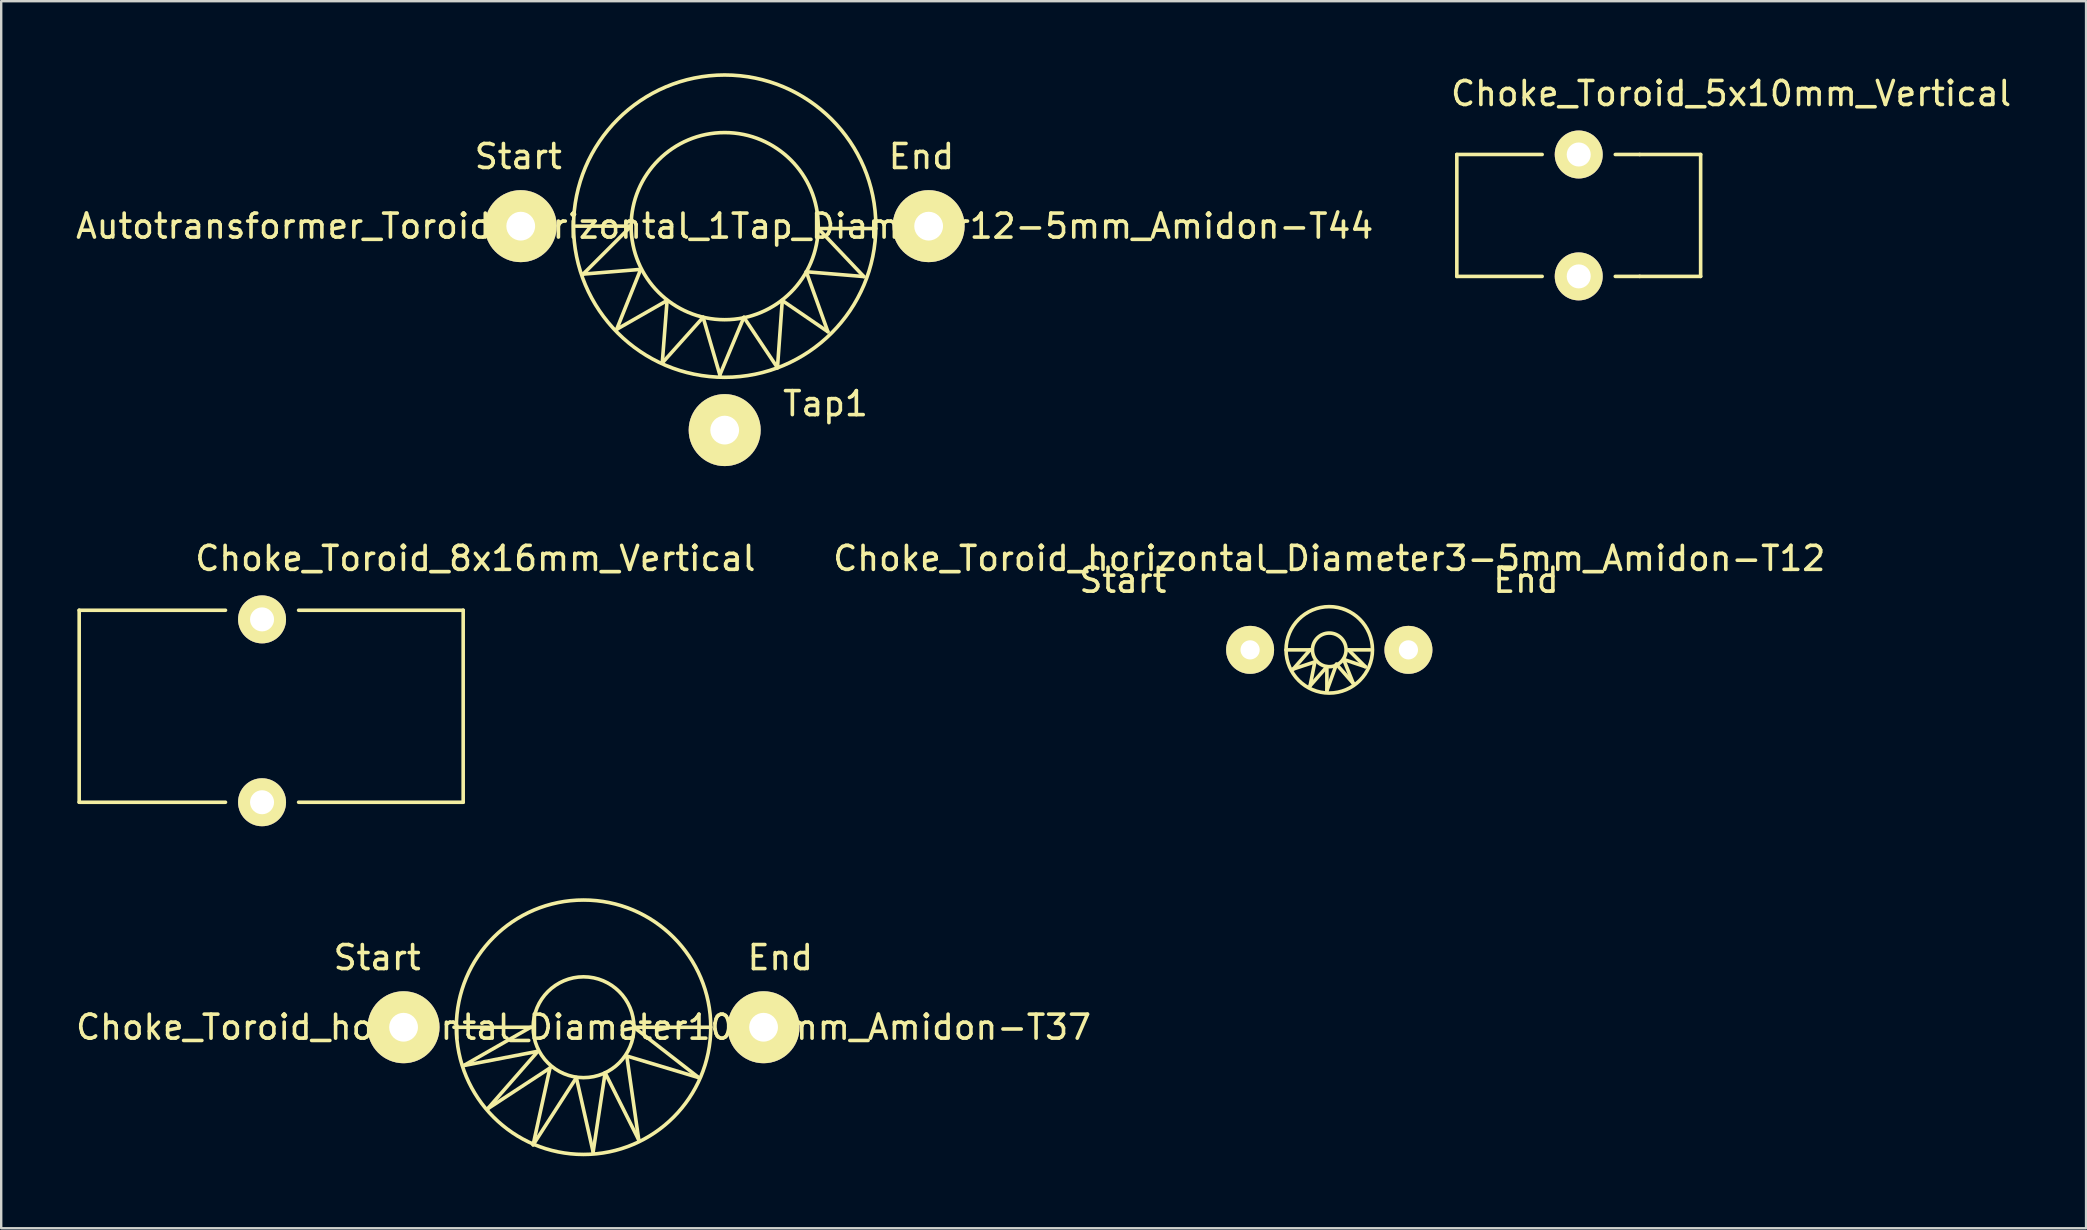
<source format=kicad_pcb>
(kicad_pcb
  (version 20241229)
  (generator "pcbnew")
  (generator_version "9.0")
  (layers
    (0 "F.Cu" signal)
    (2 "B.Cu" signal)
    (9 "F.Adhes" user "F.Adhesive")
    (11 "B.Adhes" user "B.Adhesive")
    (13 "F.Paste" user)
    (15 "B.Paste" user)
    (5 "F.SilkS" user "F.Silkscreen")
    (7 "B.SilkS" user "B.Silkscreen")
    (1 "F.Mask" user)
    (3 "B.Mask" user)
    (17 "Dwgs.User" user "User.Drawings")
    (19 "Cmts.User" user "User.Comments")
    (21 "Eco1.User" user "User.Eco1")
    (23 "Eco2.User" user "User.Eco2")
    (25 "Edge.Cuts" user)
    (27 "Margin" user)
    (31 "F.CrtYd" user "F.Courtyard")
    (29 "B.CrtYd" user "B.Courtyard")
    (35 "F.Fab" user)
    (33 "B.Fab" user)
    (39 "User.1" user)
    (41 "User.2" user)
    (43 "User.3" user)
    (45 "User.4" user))
  (footprint "Choke_Toroid_horizontal_Diameter3-5mm_Amidon-T12"
    (layer "F.Cu")
    (at 52.343 24.031)
    (property "Reference" "Choke_Toroid_horizontal_Diameter3-5mm_Amidon-T12" (at 0 -3.81 0) (layer "F.SilkS") (effects (font (size 1 1) (thickness 0.15))))
    (attr through_hole)
    (fp_line (start -1.801 0) (end -0.8 0) (stroke (width 0.15) (type solid)) (layer "F.SilkS"))
    (fp_line (start -1.501 0.8) (end -0.599 0.5) (stroke (width 0.15) (type solid)) (layer "F.SilkS"))
    (fp_line (start -0.8 0) (end -1.501 0.8) (stroke (width 0.15) (type solid)) (layer "F.SilkS"))
    (fp_line (start -0.8 1.501) (end -0.099 0.701) (stroke (width 0.15) (type solid)) (layer "F.SilkS"))
    (fp_line (start -0.599 0.5) (end -0.8 1.501) (stroke (width 0.15) (type solid)) (layer "F.SilkS"))
    (fp_line (start -0.099 0.701) (end -0.099 1.699) (stroke (width 0.15) (type solid)) (layer "F.SilkS"))
    (fp_line (start -0.099 1.699) (end 0.3 0.599) (stroke (width 0.15) (type solid)) (layer "F.SilkS"))
    (fp_line (start 0.3 0.599) (end 1.001 1.4) (stroke (width 0.15) (type solid)) (layer "F.SilkS"))
    (fp_line (start 0.599 0.399) (end 1.501 0.701) (stroke (width 0.15) (type solid)) (layer "F.SilkS"))
    (fp_line (start 0.8 0) (end 1.699 0) (stroke (width 0.15) (type solid)) (layer "F.SilkS"))
    (fp_line (start 1.001 1.4) (end 0.599 0.399) (stroke (width 0.15) (type solid)) (layer "F.SilkS"))
    (fp_line (start 1.501 0.701) (end 0.8 0) (stroke (width 0.15) (type solid)) (layer "F.SilkS"))
    (fp_circle (center 0 0) (end 0.701 0) (stroke (width 0.15) (type solid)) (fill no) (layer "F.SilkS"))
    (fp_circle (center 0 0) (end 1.801 0) (stroke (width 0.15) (type solid)) (fill no) (layer "F.SilkS"))
    (fp_text user "Start" (at -8.6 -2.901 0) (layer "F.SilkS") (effects (font (size 1 1) (thickness 0.15))))
    (fp_text user "End" (at 8.199 -2.901 0) (layer "F.SilkS") (effects (font (size 1 1) (thickness 0.15))))
    (pad "1" thru_hole circle (at -3.299 0) (size 1.999 1.999) (drill 0.8) (layers "*.Cu" "*.Mask" "F.SilkS"))
    (pad "2" thru_hole circle (at 3.299 0) (size 1.999 1.999) (drill 0.8) (layers "*.Cu" "*.Mask" "F.SilkS")))
  (footprint "Autotransformer_Toroid_horizontal_1Tap_Diameter12-5mm_Amidon-T44"
    (layer "F.Cu")
    (at 27.149 6.374)
    (property "Reference" "Autotransformer_Toroid_horizontal_1Tap_Diameter12-5mm_Amidon-T44" (at 0 0 0) (layer "F.SilkS") (effects (font (size 1 1) (thickness 0.15))))
    (attr through_hole)
    (fp_line (start -6.2 0) (end -3.899 0) (stroke (width 0.15) (type solid)) (layer "F.SilkS"))
    (fp_line (start -5.9 1.999) (end -3.5 1.801) (stroke (width 0.15) (type solid)) (layer "F.SilkS"))
    (fp_line (start -4.501 4.3) (end -2.4 3.099) (stroke (width 0.15) (type solid)) (layer "F.SilkS"))
    (fp_line (start -3.899 0) (end -5.9 1.999) (stroke (width 0.15) (type solid)) (layer "F.SilkS"))
    (fp_line (start -3.5 1.801) (end -4.501 4.3) (stroke (width 0.15) (type solid)) (layer "F.SilkS"))
    (fp_line (start -2.601 5.7) (end -0.899 3.8) (stroke (width 0.15) (type solid)) (layer "F.SilkS"))
    (fp_line (start -2.4 3.099) (end -2.601 5.7) (stroke (width 0.15) (type solid)) (layer "F.SilkS"))
    (fp_line (start -0.899 3.8) (end -0.201 6.2) (stroke (width 0.15) (type solid)) (layer "F.SilkS"))
    (fp_line (start -0.201 6.2) (end 0.8 3.8) (stroke (width 0.15) (type solid)) (layer "F.SilkS"))
    (fp_line (start 0.8 3.8) (end 2.2 5.9) (stroke (width 0.15) (type solid)) (layer "F.SilkS"))
    (fp_line (start 2.2 5.9) (end 2.4 3.099) (stroke (width 0.15) (type solid)) (layer "F.SilkS"))
    (fp_line (start 2.4 3.099) (end 4.3 4.399) (stroke (width 0.15) (type solid)) (layer "F.SilkS"))
    (fp_line (start 3.401 1.9) (end 5.799 2.101) (stroke (width 0.15) (type solid)) (layer "F.SilkS"))
    (fp_line (start 3.899 0.099) (end 6.299 0.099) (stroke (width 0.15) (type solid)) (layer "F.SilkS"))
    (fp_line (start 4.3 4.399) (end 3.401 1.9) (stroke (width 0.15) (type solid)) (layer "F.SilkS"))
    (fp_line (start 5.799 2.101) (end 3.899 0.099) (stroke (width 0.15) (type solid)) (layer "F.SilkS"))
    (fp_circle (center 0 0) (end 3.899 0) (stroke (width 0.15) (type solid)) (fill no) (layer "F.SilkS"))
    (fp_circle (center 0 0) (end 6.299 0) (stroke (width 0.15) (type solid)) (fill no) (layer "F.SilkS"))
    (fp_text user "Tap1" (at 4.201 7.399 0) (layer "F.SilkS") (effects (font (size 1 1) (thickness 0.15))))
    (fp_text user "End" (at 8.199 -2.901 0) (layer "F.SilkS") (effects (font (size 1 1) (thickness 0.15))))
    (fp_text user "Start" (at -8.6 -2.901 0) (layer "F.SilkS") (effects (font (size 1 1) (thickness 0.15))))
    (pad "1" thru_hole circle (at -8.499 0) (size 3 3) (drill 1.199) (layers "*.Cu" "*.Mask" "F.SilkS"))
    (pad "2" thru_hole circle (at 0 8.499) (size 3 3) (drill 1.199) (layers "*.Cu" "*.Mask" "F.SilkS"))
    (pad "3" thru_hole circle (at 8.499 0) (size 3 3) (drill 1.199) (layers "*.Cu" "*.Mask" "F.SilkS")))
  (footprint "Choke_Toroid_5x10mm_Vertical"
    (layer "F.Cu")
    (at 57.659 8.468)
    (property "Reference" "Choke_Toroid_5x10mm_Vertical" (at 11.43 -7.62 0) (layer "F.SilkS") (effects (font (size 1 1) (thickness 0.15))))
    (attr through_hole)
    (fp_line (start 0 -5.08) (end 0 0) (stroke (width 0.15) (type solid)) (layer "F.SilkS"))
    (fp_line (start 0 -5.08) (end 3.556 -5.08) (stroke (width 0.15) (type solid)) (layer "F.SilkS"))
    (fp_line (start 0 0) (end 3.556 0) (stroke (width 0.15) (type solid)) (layer "F.SilkS"))
    (fp_line (start 7.62 -5.08) (end 6.604 -5.08) (stroke (width 0.15) (type solid)) (layer "F.SilkS"))
    (fp_line (start 7.62 0) (end 6.604 0) (stroke (width 0.15) (type solid)) (layer "F.SilkS"))
    (fp_line (start 10.16 -5.08) (end 7.62 -5.08) (stroke (width 0.15) (type solid)) (layer "F.SilkS"))
    (fp_line (start 10.16 0) (end 7.62 0) (stroke (width 0.15) (type solid)) (layer "F.SilkS"))
    (fp_line (start 10.16 0) (end 10.16 -5.08) (stroke (width 0.15) (type solid)) (layer "F.SilkS"))
    (pad "1" thru_hole circle (at 5.08 0) (size 1.999 1.999) (drill 1.001) (layers "*.Cu" "*.Mask" "F.SilkS"))
    (pad "2" thru_hole circle (at 5.08 -5.08) (size 1.999 1.999) (drill 1.001) (layers "*.Cu" "*.Mask" "F.SilkS")))
  (footprint "Choke_Toroid_horizontal_Diameter10-5mm_Amidon-T37"
    (layer "F.Cu")
    (at 21.268 39.757)
    (property "Reference" "Choke_Toroid_horizontal_Diameter10-5mm_Amidon-T37" (at 0 0 0) (layer "F.SilkS") (effects (font (size 1 1) (thickness 0.15))))
    (attr through_hole)
    (fp_line (start -5.4 0) (end -2.2 0) (stroke (width 0.15) (type solid)) (layer "F.SilkS"))
    (fp_line (start -5.001 1.6) (end -1.9 1.001) (stroke (width 0.15) (type solid)) (layer "F.SilkS"))
    (fp_line (start -4 3.401) (end -1.4 1.699) (stroke (width 0.15) (type solid)) (layer "F.SilkS"))
    (fp_line (start -2.2 0) (end -5.001 1.6) (stroke (width 0.15) (type solid)) (layer "F.SilkS"))
    (fp_line (start -2.101 4.9) (end -0.3 2.101) (stroke (width 0.15) (type solid)) (layer "F.SilkS"))
    (fp_line (start -1.9 1.001) (end -4 3.401) (stroke (width 0.15) (type solid)) (layer "F.SilkS"))
    (fp_line (start -1.4 1.699) (end -2.101 4.9) (stroke (width 0.15) (type solid)) (layer "F.SilkS"))
    (fp_line (start -0.3 2.101) (end 0.399 5.199) (stroke (width 0.15) (type solid)) (layer "F.SilkS"))
    (fp_line (start 0.399 5.199) (end 0.899 1.9) (stroke (width 0.15) (type solid)) (layer "F.SilkS"))
    (fp_line (start 0.899 1.9) (end 2.301 4.699) (stroke (width 0.15) (type solid)) (layer "F.SilkS"))
    (fp_line (start 1.801 1.199) (end 4.801 2.101) (stroke (width 0.15) (type solid)) (layer "F.SilkS"))
    (fp_line (start 2.101 0) (end 5.301 0) (stroke (width 0.15) (type solid)) (layer "F.SilkS"))
    (fp_line (start 2.301 4.699) (end 1.801 1.199) (stroke (width 0.15) (type solid)) (layer "F.SilkS"))
    (fp_line (start 4.801 2.101) (end 2.101 0) (stroke (width 0.15) (type solid)) (layer "F.SilkS"))
    (fp_circle (center 0 0) (end 2.101 0) (stroke (width 0.15) (type solid)) (fill no) (layer "F.SilkS"))
    (fp_circle (center 0 0) (end 5.301 0) (stroke (width 0.15) (type solid)) (fill no) (layer "F.SilkS"))
    (fp_text user "End" (at 8.199 -2.901 0) (layer "F.SilkS") (effects (font (size 1 1) (thickness 0.15))))
    (fp_text user "Start" (at -8.6 -2.901 0) (layer "F.SilkS") (effects (font (size 1 1) (thickness 0.15))))
    (pad "1" thru_hole circle (at -7.501 0) (size 3 3) (drill 1.199) (layers "*.Cu" "*.Mask" "F.SilkS"))
    (pad "2" thru_hole circle (at 7.501 0) (size 3 3) (drill 1.199) (layers "*.Cu" "*.Mask" "F.SilkS")))
  (footprint "Choke_Toroid_8x16mm_Vertical"
    (layer "F.Cu")
    (at 0.25 30.381)
    (property "Reference" "Choke_Toroid_8x16mm_Vertical" (at 16.51 -10.16 0) (layer "F.SilkS") (effects (font (size 1 1) (thickness 0.15))))
    (attr through_hole)
    (fp_line (start 0 -8.001) (end 0 0) (stroke (width 0.15) (type solid)) (layer "F.SilkS"))
    (fp_line (start 0 0) (end 6.096 0) (stroke (width 0.15) (type solid)) (layer "F.SilkS"))
    (fp_line (start 6.096 -8.001) (end 0 -8.001) (stroke (width 0.15) (type solid)) (layer "F.SilkS"))
    (fp_line (start 16.002 -8.001) (end 9.144 -8.001) (stroke (width 0.15) (type solid)) (layer "F.SilkS"))
    (fp_line (start 16.002 0) (end 9.144 0) (stroke (width 0.15) (type solid)) (layer "F.SilkS"))
    (fp_line (start 16.002 0) (end 16.002 -8.001) (stroke (width 0.15) (type solid)) (layer "F.SilkS"))
    (pad "1" thru_hole circle (at 7.62 0) (size 1.999 1.999) (drill 1.001) (layers "*.Cu" "*.Mask" "F.SilkS"))
    (pad "2" thru_hole circle (at 7.62 -7.62) (size 1.999 1.999) (drill 1.001) (layers "*.Cu" "*.Mask" "F.SilkS")))
  (gr_rect
    (start -3 -3)
    (end 83.881 48.133)
    (stroke (width 0.1) (type default))
    (fill no)
    (layer "Edge.Cuts")))
</source>
